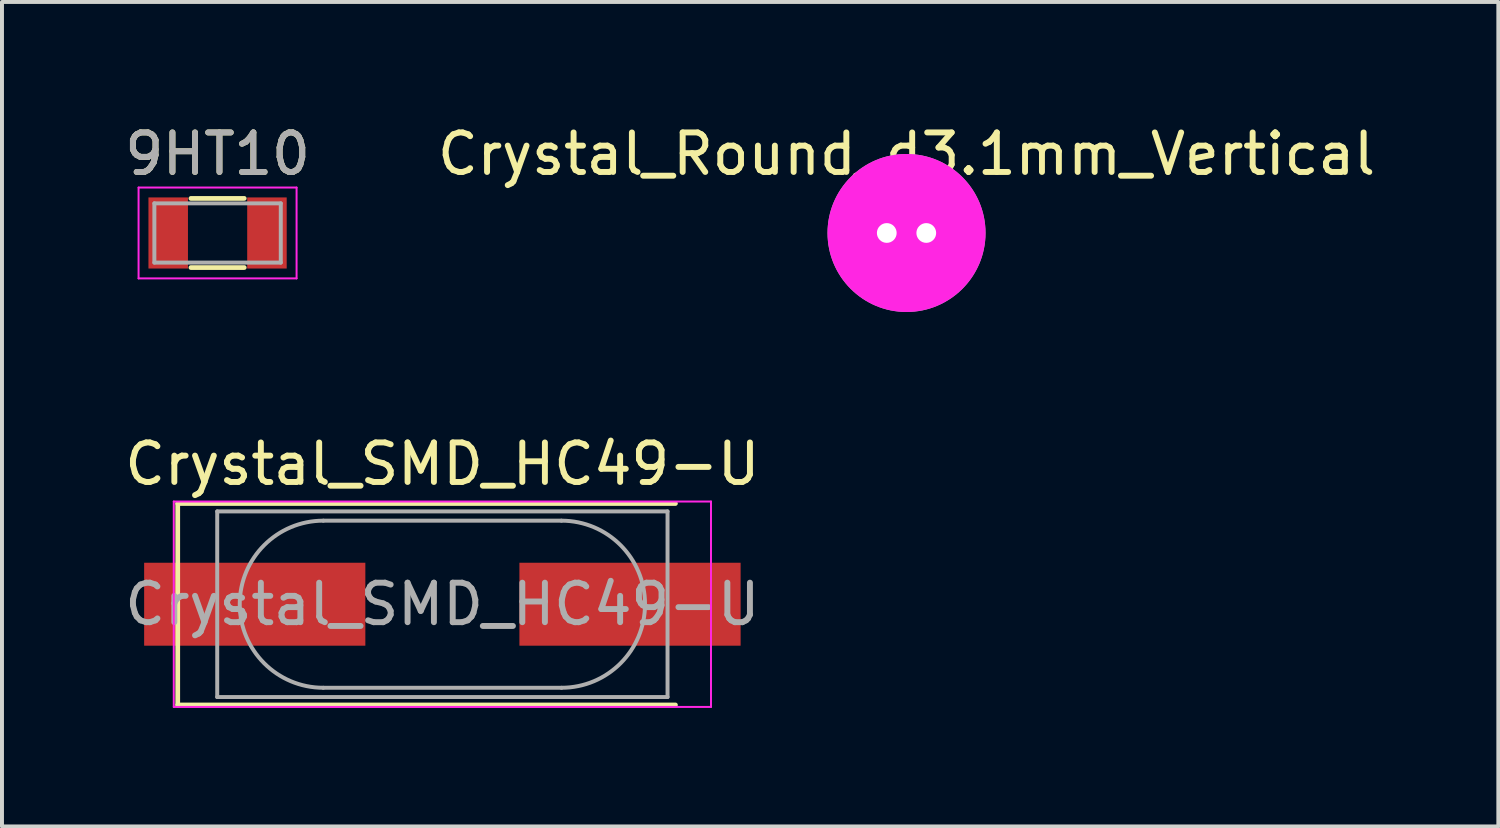
<source format=kicad_pcb>
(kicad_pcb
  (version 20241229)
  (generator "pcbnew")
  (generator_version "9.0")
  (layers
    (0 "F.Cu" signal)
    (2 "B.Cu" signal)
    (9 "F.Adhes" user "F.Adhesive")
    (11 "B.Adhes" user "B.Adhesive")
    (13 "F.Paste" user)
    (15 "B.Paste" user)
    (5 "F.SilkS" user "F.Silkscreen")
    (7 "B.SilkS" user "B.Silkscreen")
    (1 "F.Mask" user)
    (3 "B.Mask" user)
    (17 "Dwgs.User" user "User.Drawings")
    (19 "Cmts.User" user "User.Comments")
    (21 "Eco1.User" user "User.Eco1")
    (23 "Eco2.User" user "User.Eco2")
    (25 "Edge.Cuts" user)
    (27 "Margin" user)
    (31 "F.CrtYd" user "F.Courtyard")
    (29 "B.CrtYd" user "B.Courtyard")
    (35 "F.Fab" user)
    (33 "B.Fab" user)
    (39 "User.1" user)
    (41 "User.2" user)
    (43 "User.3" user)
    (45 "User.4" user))
  (footprint "Crystal_Round_d3.1mm_Vertical"
    (layer "F.Cu")
    (at 19.899 2.848)
    (property "Reference" "Crystal_Round_d3.1mm_Vertical" (at 0 -2 0) (layer "F.SilkS") (effects (font (size 1 1) (thickness 0.15))))
    (attr through_hole)
    (fp_arc (start 0 0) (mid 0 0) (end 0 0) (stroke (width 0.1) (type solid)) (layer "F.SilkS"))
    (fp_arc (start 0 0) (mid 0 0) (end 0 0) (stroke (width 0.1) (type solid)) (layer "F.SilkS"))
    (fp_circle (center 0 0) (end 2 0) (stroke (width 0) (type solid)) (fill yes) (layer "F.CrtYd"))
    (fp_circle (center 0 0) (end 2 0) (stroke (width 0) (type solid)) (fill yes) (layer "F.Fab"))
    (pad "1" thru_hole circle (at -0.5 0) (size 0.8 0.8) (drill 0.5) (layers "*.Cu" "*.Mask"))
    (pad "2" thru_hole circle (at 0.5 0) (size 0.8 0.8) (drill 0.5) (layers "*.Cu" "*.Mask")))
  (footprint "Crystal_SMD_HC49-U"
    (layer "F.Cu")
    (at 8.149 12.246)
    (property "Reference" "Crystal_SMD_HC49-U" (at 0 -3.55 0) (layer "F.SilkS") (effects (font (size 1 1) (thickness 0.15))))
    (attr smd)
    (fp_line (start -6.7 -2.55) (end -6.7 2.55) (stroke (width 0.12) (type solid)) (layer "F.SilkS"))
    (fp_line (start -6.7 2.55) (end 5.9 2.55) (stroke (width 0.12) (type solid)) (layer "F.SilkS"))
    (fp_line (start 5.9 -2.55) (end -6.7 -2.55) (stroke (width 0.12) (type solid)) (layer "F.SilkS"))
    (fp_line (start -6.8 -2.6) (end -6.8 2.6) (stroke (width 0.05) (type solid)) (layer "F.CrtYd"))
    (fp_line (start -6.8 2.6) (end 6.8 2.6) (stroke (width 0.05) (type solid)) (layer "F.CrtYd"))
    (fp_line (start 6.8 -2.6) (end -6.8 -2.6) (stroke (width 0.05) (type solid)) (layer "F.CrtYd"))
    (fp_line (start 6.8 2.6) (end 6.8 -2.6) (stroke (width 0.05) (type solid)) (layer "F.CrtYd"))
    (fp_line (start -5.7 -2.35) (end -5.7 2.35) (stroke (width 0.1) (type solid)) (layer "F.Fab"))
    (fp_line (start -5.7 2.35) (end 5.7 2.35) (stroke (width 0.1) (type solid)) (layer "F.Fab"))
    (fp_line (start -3.015 -2.115) (end 3.015 -2.115) (stroke (width 0.1) (type solid)) (layer "F.Fab"))
    (fp_line (start -3.015 2.115) (end 3.015 2.115) (stroke (width 0.1) (type solid)) (layer "F.Fab"))
    (fp_line (start 5.7 -2.35) (end -5.7 -2.35) (stroke (width 0.1) (type solid)) (layer "F.Fab"))
    (fp_line (start 5.7 2.35) (end 5.7 -2.35) (stroke (width 0.1) (type solid)) (layer "F.Fab"))
    (fp_arc (start -3.015 2.115) (mid -5.13 0) (end -3.015 -2.115) (stroke (width 0.1) (type solid)) (layer "F.Fab"))
    (fp_arc (start 3.015 -2.115) (mid 5.13 0) (end 3.015 2.115) (stroke (width 0.1) (type solid)) (layer "F.Fab"))
    (fp_text user "${REFERENCE}" (at 0 0 0) (layer "F.Fab") (effects (font (size 1 1) (thickness 0.15))))
    (pad "1" smd rect (at -4.75 0) (size 5.6 2.1) (layers "F.Cu" "F.Mask" "F.Paste"))
    (pad "2" smd rect (at 4.75 0) (size 5.6 2.1) (layers "F.Cu" "F.Mask" "F.Paste")))
  (footprint "9HT10"
    (layer "F.Cu")
    (at 2.458 2.848)
    (property "Reference" "9HT10" (at 0 -2 0) (layer "F.SilkS") (effects (font (size 1 1) (thickness 0.15))))
    (attr smd)
    (fp_line (start -0.675 -0.875) (end 0.675 -0.875) (stroke (width 0.12) (type solid)) (layer "F.SilkS"))
    (fp_line (start -0.675 0.875) (end 0.675 0.875) (stroke (width 0.12) (type solid)) (layer "F.SilkS"))
    (fp_line (start -2 -1.15) (end -2 1.15) (stroke (width 0.05) (type solid)) (layer "F.CrtYd"))
    (fp_line (start -2 -1.15) (end 2 -1.15) (stroke (width 0.05) (type solid)) (layer "F.CrtYd"))
    (fp_line (start -2 1.15) (end 2 1.15) (stroke (width 0.05) (type solid)) (layer "F.CrtYd"))
    (fp_line (start 2 -1.15) (end 2 1.15) (stroke (width 0.05) (type solid)) (layer "F.CrtYd"))
    (fp_line (start -1.6 -0.75) (end -1.6 0.75) (stroke (width 0.1) (type solid)) (layer "F.Fab"))
    (fp_line (start -1.6 -0.75) (end 1.6 -0.75) (stroke (width 0.1) (type solid)) (layer "F.Fab"))
    (fp_line (start -1.6 0.75) (end 1.6 0.75) (stroke (width 0.1) (type solid)) (layer "F.Fab"))
    (fp_line (start 1.6 -0.75) (end 1.6 0.75) (stroke (width 0.1) (type solid)) (layer "F.Fab"))
    (fp_text user "${REFERENCE}" (at 0 -2 0) (layer "F.Fab") (effects (font (size 1 1) (thickness 0.15))))
    (pad "1" smd rect (at 1.25 0) (size 1 1.8) (layers "F.Cu" "F.Mask" "F.Paste"))
    (pad "2" smd rect (at -1.25 0) (size 1 1.8) (layers "F.Cu" "F.Mask" "F.Paste")))
  (gr_rect
    (start -3 -3)
    (end 34.881 17.872)
    (stroke (width 0.1) (type default))
    (fill no)
    (layer "Edge.Cuts")))
</source>
